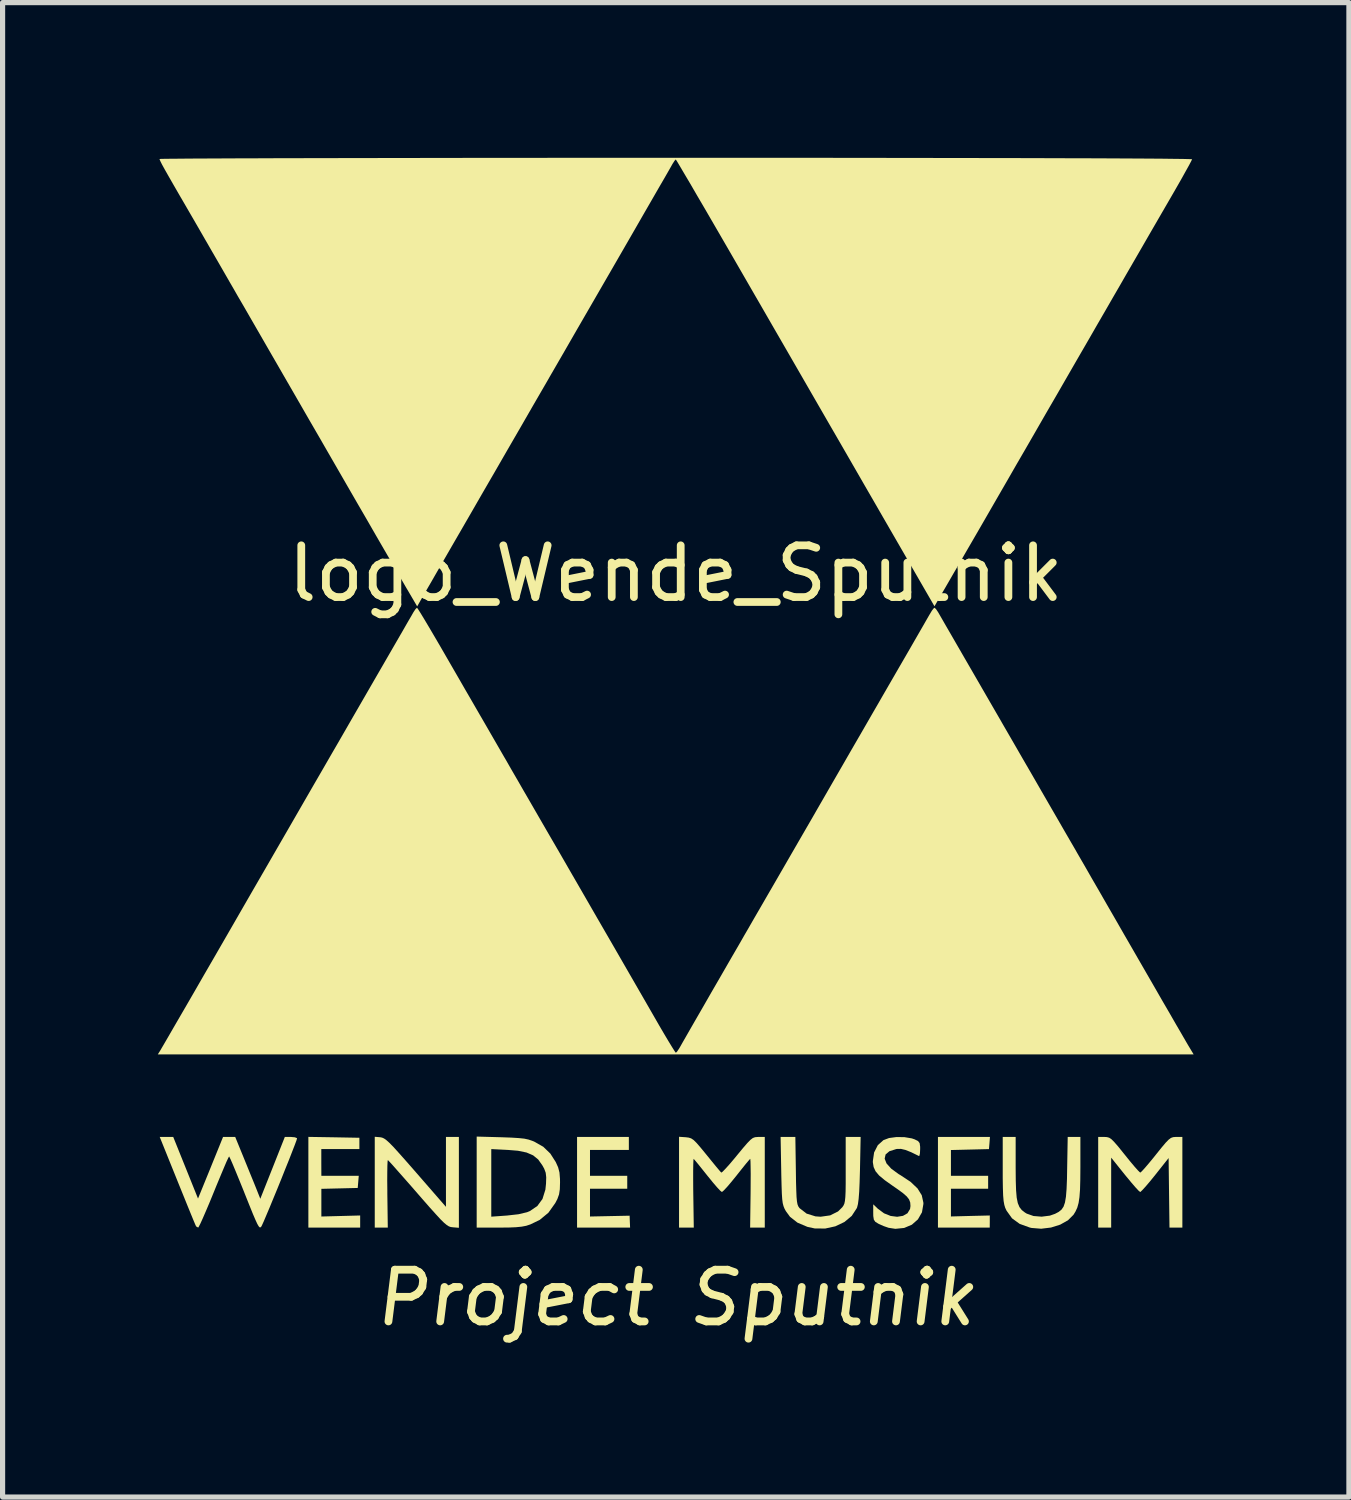
<source format=kicad_pcb>
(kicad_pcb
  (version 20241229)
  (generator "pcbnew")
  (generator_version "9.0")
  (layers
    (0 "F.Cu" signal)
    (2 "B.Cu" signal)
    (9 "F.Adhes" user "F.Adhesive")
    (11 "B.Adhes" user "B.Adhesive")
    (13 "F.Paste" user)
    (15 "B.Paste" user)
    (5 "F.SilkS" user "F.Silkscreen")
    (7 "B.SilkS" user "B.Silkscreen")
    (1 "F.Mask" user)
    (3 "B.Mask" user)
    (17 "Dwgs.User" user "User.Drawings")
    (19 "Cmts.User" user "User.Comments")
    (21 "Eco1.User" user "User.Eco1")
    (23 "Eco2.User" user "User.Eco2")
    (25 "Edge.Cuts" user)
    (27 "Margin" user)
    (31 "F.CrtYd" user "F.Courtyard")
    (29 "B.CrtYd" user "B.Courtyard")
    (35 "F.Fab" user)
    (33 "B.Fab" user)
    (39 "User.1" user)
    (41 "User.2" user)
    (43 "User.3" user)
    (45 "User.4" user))
  (footprint "logo_Wende_Sputnik"
    (layer "F.Cu")
    (at 10.011 8.535)
    (property "Reference" "logo_Wende_Sputnik" (at 0 -0.5 0) (unlocked yes) (layer "F.SilkS") (effects (font (size 1 1) (thickness 0.15))))
    (attr smd)
    (fp_poly (pts (xy -0.907 10.64) (xy -1.658 10.64) (xy -1.658 11.14) (xy -0.938 11.14) (xy -0.938 11.39) (xy -1.658 11.39) (xy -1.658 11.927) (xy -1.275 11.919) (xy -0.892 11.911) (xy -0.888 12.026) (xy -0.883 12.141) (xy -1.908 12.141) (xy -1.908 10.389) (xy -0.907 10.389)) (stroke (width 0) (type solid)) (fill yes) (layer "F.SilkS"))
    (fp_poly (pts (xy 6.063 10.507) (xy 6.053 10.624) (xy 5.318 10.642) (xy 5.318 11.14) (xy 6.037 11.14) (xy 6.037 11.39) (xy 5.318 11.39) (xy 5.318 11.926) (xy 5.693 11.916) (xy 6.069 11.907) (xy 6.069 12.024) (xy 6.068 12.141) (xy 5.067 12.141) (xy 5.067 10.389) (xy 6.072 10.389)) (stroke (width 0) (type solid)) (fill yes) (layer "F.SilkS"))
    (fp_poly (pts (xy -6.608 10.396) (xy -6.115 10.405) (xy -6.115 10.624) (xy -6.851 10.624) (xy -6.851 10.882) (xy -6.85 11.14) (xy -6.127 11.14) (xy -6.137 11.257) (xy -6.147 11.375) (xy -6.85 11.392) (xy -6.85 11.927) (xy -6.475 11.917) (xy -6.1 11.907) (xy -6.1 12.024) (xy -6.1 12.141) (xy -7.101 12.141) (xy -7.101 10.388)) (stroke (width 0) (type solid)) (fill yes) (layer "F.SilkS"))
    (fp_poly (pts (xy -5.711 10.395) (xy -5.676 10.402) (xy -5.638 10.419) (xy -5.593 10.451) (xy -5.534 10.504) (xy -5.457 10.583) (xy -5.357 10.693) (xy -5.227 10.839) (xy -5.063 11.026) (xy -5.023 11.072) (xy -4.442 11.74) (xy -4.442 10.389) (xy -4.192 10.389) (xy -4.192 12.145) (xy -4.311 12.135) (xy -4.349 12.13) (xy -4.386 12.117) (xy -4.427 12.091) (xy -4.48 12.047) (xy -4.548 11.98) (xy -4.637 11.883) (xy -4.754 11.753) (xy -4.903 11.583) (xy -4.989 11.484) (xy -5.136 11.315) (xy -5.271 11.162) (xy -5.386 11.032) (xy -5.477 10.929) (xy -5.539 10.862) (xy -5.565 10.835) (xy -5.565 10.835) (xy -5.57 10.862) (xy -5.574 10.943) (xy -5.576 11.069) (xy -5.577 11.23) (xy -5.575 11.418) (xy -5.575 11.484) (xy -5.566 12.141) (xy -5.818 12.141) (xy -5.818 10.386)) (stroke (width 0) (type solid)) (fill yes) (layer "F.SilkS"))
    (fp_poly (pts (xy 8.333 10.392) (xy 8.376 10.404) (xy 8.42 10.433) (xy 8.475 10.488) (xy 8.55 10.574) (xy 8.652 10.701) (xy 8.678 10.733) (xy 8.778 10.857) (xy 8.866 10.962) (xy 8.933 11.037) (xy 8.972 11.075) (xy 8.978 11.078) (xy 9.006 11.054) (xy 9.064 10.991) (xy 9.146 10.895) (xy 9.243 10.777) (xy 9.278 10.733) (xy 9.387 10.597) (xy 9.466 10.503) (xy 9.525 10.442) (xy 9.57 10.408) (xy 9.613 10.393) (xy 9.66 10.389) (xy 9.671 10.389) (xy 9.791 10.389) (xy 9.791 12.141) (xy 9.542 12.141) (xy 9.525 10.797) (xy 9.265 11.125) (xy 9.167 11.246) (xy 9.081 11.347) (xy 9.016 11.418) (xy 8.98 11.452) (xy 8.976 11.453) (xy 8.947 11.43) (xy 8.888 11.367) (xy 8.806 11.272) (xy 8.709 11.155) (xy 8.681 11.121) (xy 8.415 10.789) (xy 8.415 12.141) (xy 8.164 12.141) (xy 8.164 10.389) (xy 8.284 10.389)) (stroke (width 0) (type solid)) (fill yes) (layer "F.SilkS"))
    (fp_poly (pts (xy 6.569 10.992) (xy 6.571 11.233) (xy 6.577 11.42) (xy 6.589 11.562) (xy 6.61 11.667) (xy 6.642 11.744) (xy 6.687 11.802) (xy 6.747 11.849) (xy 6.783 11.871) (xy 6.913 11.917) (xy 7.071 11.93) (xy 7.23 11.91) (xy 7.33 11.875) (xy 7.4 11.838) (xy 7.454 11.795) (xy 7.494 11.737) (xy 7.522 11.656) (xy 7.541 11.544) (xy 7.553 11.393) (xy 7.561 11.194) (xy 7.564 11.007) (xy 7.575 10.389) (xy 7.82 10.389) (xy 7.82 10.976) (xy 7.818 11.217) (xy 7.813 11.406) (xy 7.802 11.552) (xy 7.785 11.665) (xy 7.76 11.755) (xy 7.725 11.831) (xy 7.687 11.893) (xy 7.58 12) (xy 7.43 12.084) (xy 7.252 12.14) (xy 7.062 12.163) (xy 6.877 12.148) (xy 6.842 12.14) (xy 6.646 12.069) (xy 6.499 11.962) (xy 6.393 11.814) (xy 6.367 11.759) (xy 6.35 11.703) (xy 6.336 11.626) (xy 6.327 11.52) (xy 6.322 11.376) (xy 6.319 11.184) (xy 6.319 11.016) (xy 6.319 10.389) (xy 6.569 10.389)) (stroke (width 0) (type solid)) (fill yes) (layer "F.SilkS"))
    (fp_poly (pts (xy -3.371 10.395) (xy -3.177 10.402) (xy -3.034 10.411) (xy -2.928 10.422) (xy -2.845 10.44) (xy -2.774 10.464) (xy -2.737 10.479) (xy -2.561 10.579) (xy -2.425 10.71) (xy -2.32 10.874) (xy -2.274 10.976) (xy -2.248 11.076) (xy -2.238 11.2) (xy -2.237 11.265) (xy -2.241 11.4) (xy -2.256 11.499) (xy -2.288 11.588) (xy -2.329 11.667) (xy -2.462 11.854) (xy -2.629 11.992) (xy -2.809 12.079) (xy -2.89 12.106) (xy -2.979 12.123) (xy -3.09 12.134) (xy -3.235 12.14) (xy -3.411 12.141) (xy -3.848 12.141) (xy -3.848 10.624) (xy -3.566 10.624) (xy -3.566 11.277) (xy -3.566 11.93) (xy -3.261 11.908) (xy -3.039 11.883) (xy -2.875 11.844) (xy -2.821 11.822) (xy -2.676 11.724) (xy -2.576 11.587) (xy -2.52 11.407) (xy -2.508 11.293) (xy -2.504 11.169) (xy -2.514 11.081) (xy -2.543 11.003) (xy -2.579 10.938) (xy -2.659 10.825) (xy -2.757 10.745) (xy -2.884 10.69) (xy -3.05 10.656) (xy -3.245 10.64) (xy -3.566 10.624) (xy -3.848 10.624) (xy -3.848 10.382)) (stroke (width 0) (type solid)) (fill yes) (layer "F.SilkS"))
    (fp_poly (pts (xy 2.321 11.043) (xy 2.324 11.263) (xy 2.329 11.429) (xy 2.334 11.55) (xy 2.342 11.635) (xy 2.353 11.693) (xy 2.368 11.731) (xy 2.388 11.76) (xy 2.393 11.766) (xy 2.529 11.871) (xy 2.7 11.924) (xy 2.8 11.931) (xy 2.984 11.905) (xy 3.136 11.829) (xy 3.219 11.747) (xy 3.241 11.715) (xy 3.258 11.678) (xy 3.269 11.627) (xy 3.277 11.552) (xy 3.282 11.445) (xy 3.284 11.296) (xy 3.284 11.097) (xy 3.284 11.026) (xy 3.284 10.389) (xy 3.573 10.389) (xy 3.56 11.023) (xy 3.553 11.263) (xy 3.545 11.448) (xy 3.534 11.587) (xy 3.521 11.685) (xy 3.504 11.752) (xy 3.498 11.766) (xy 3.401 11.915) (xy 3.259 12.033) (xy 3.085 12.116) (xy 2.89 12.159) (xy 2.688 12.158) (xy 2.544 12.127) (xy 2.351 12.045) (xy 2.208 11.933) (xy 2.127 11.822) (xy 2.101 11.774) (xy 2.082 11.726) (xy 2.067 11.668) (xy 2.057 11.591) (xy 2.05 11.486) (xy 2.045 11.341) (xy 2.04 11.148) (xy 2.038 11.038) (xy 2.026 10.389) (xy 2.311 10.389)) (stroke (width 0) (type solid)) (fill yes) (layer "F.SilkS"))
    (fp_poly (pts (xy 0.195 10.395) (xy 0.25 10.402) (xy 0.297 10.417) (xy 0.344 10.448) (xy 0.402 10.505) (xy 0.479 10.594) (xy 0.585 10.723) (xy 0.594 10.734) (xy 0.693 10.856) (xy 0.778 10.96) (xy 0.842 11.036) (xy 0.876 11.075) (xy 0.88 11.078) (xy 0.905 11.061) (xy 0.962 11.002) (xy 1.043 10.912) (xy 1.141 10.796) (xy 1.186 10.741) (xy 1.299 10.604) (xy 1.382 10.508) (xy 1.442 10.446) (xy 1.489 10.41) (xy 1.532 10.394) (xy 1.578 10.39) (xy 1.597 10.389) (xy 1.72 10.389) (xy 1.72 12.141) (xy 1.437 12.141) (xy 1.446 11.472) (xy 1.447 11.275) (xy 1.448 11.103) (xy 1.446 10.963) (xy 1.444 10.864) (xy 1.44 10.816) (xy 1.438 10.812) (xy 1.413 10.84) (xy 1.357 10.906) (xy 1.279 11.003) (xy 1.186 11.12) (xy 1.172 11.138) (xy 1.076 11.256) (xy 0.992 11.355) (xy 0.928 11.423) (xy 0.894 11.452) (xy 0.892 11.453) (xy 0.861 11.43) (xy 0.801 11.366) (xy 0.72 11.272) (xy 0.625 11.155) (xy 0.611 11.138) (xy 0.516 11.019) (xy 0.435 10.918) (xy 0.376 10.847) (xy 0.347 10.814) (xy 0.345 10.812) (xy 0.341 10.839) (xy 0.338 10.919) (xy 0.336 11.044) (xy 0.336 11.205) (xy 0.337 11.394) (xy 0.338 11.472) (xy 0.348 12.141) (xy 0.063 12.141) (xy 0.063 10.386)) (stroke (width 0) (type solid)) (fill yes) (layer "F.SilkS"))
    (fp_poly (pts (xy 4.42 10.393) (xy 4.562 10.417) (xy 4.615 10.435) (xy 4.682 10.468) (xy 4.713 10.508) (xy 4.723 10.578) (xy 4.723 10.625) (xy 4.719 10.707) (xy 4.708 10.754) (xy 4.7 10.758) (xy 4.549 10.684) (xy 4.438 10.64) (xy 4.352 10.62) (xy 4.277 10.621) (xy 4.259 10.624) (xy 4.129 10.665) (xy 4.055 10.728) (xy 4.037 10.809) (xy 4.073 10.901) (xy 4.164 11.002) (xy 4.307 11.107) (xy 4.343 11.128) (xy 4.537 11.256) (xy 4.672 11.384) (xy 4.754 11.516) (xy 4.785 11.657) (xy 4.786 11.683) (xy 4.758 11.846) (xy 4.68 11.982) (xy 4.563 12.085) (xy 4.414 12.148) (xy 4.244 12.165) (xy 4.113 12.145) (xy 4.018 12.112) (xy 3.919 12.068) (xy 3.918 12.067) (xy 3.858 12.031) (xy 3.828 11.988) (xy 3.817 11.918) (xy 3.816 11.853) (xy 3.816 11.691) (xy 3.907 11.778) (xy 4.025 11.865) (xy 4.153 11.916) (xy 4.278 11.932) (xy 4.391 11.914) (xy 4.478 11.864) (xy 4.528 11.781) (xy 4.536 11.724) (xy 4.531 11.656) (xy 4.509 11.597) (xy 4.464 11.539) (xy 4.386 11.471) (xy 4.267 11.385) (xy 4.193 11.334) (xy 4.038 11.224) (xy 3.93 11.134) (xy 3.861 11.052) (xy 3.824 10.971) (xy 3.809 10.879) (xy 3.809 10.855) (xy 3.833 10.689) (xy 3.905 10.548) (xy 4.013 10.451) (xy 4.122 10.41) (xy 4.265 10.391)) (stroke (width 0) (type solid)) (fill yes) (layer "F.SilkS"))
    (fp_poly (pts (xy -9.473 10.985) (xy -9.234 11.58) (xy -9.141 11.352) (xy -9.091 11.229) (xy -9.026 11.07) (xy -8.956 10.897) (xy -8.899 10.757) (xy -8.75 10.389) (xy -8.515 10.389) (xy -8.358 10.773) (xy -8.29 10.94) (xy -8.221 11.11) (xy -8.159 11.261) (xy -8.115 11.37) (xy -8.03 11.584) (xy -7.793 10.987) (xy -7.556 10.389) (xy -7.438 10.389) (xy -7.362 10.396) (xy -7.322 10.412) (xy -7.32 10.417) (xy -7.331 10.455) (xy -7.363 10.542) (xy -7.412 10.668) (xy -7.473 10.825) (xy -7.545 11.003) (xy -7.621 11.194) (xy -7.7 11.389) (xy -7.778 11.578) (xy -7.85 11.753) (xy -7.914 11.904) (xy -7.964 12.022) (xy -7.999 12.099) (xy -8.013 12.125) (xy -8.027 12.137) (xy -8.043 12.136) (xy -8.062 12.115) (xy -8.088 12.07) (xy -8.123 11.994) (xy -8.172 11.88) (xy -8.236 11.722) (xy -8.319 11.515) (xy -8.359 11.414) (xy -8.435 11.227) (xy -8.503 11.061) (xy -8.56 10.924) (xy -8.603 10.825) (xy -8.629 10.772) (xy -8.633 10.766) (xy -8.649 10.794) (xy -8.685 10.871) (xy -8.736 10.991) (xy -8.801 11.146) (xy -8.876 11.326) (xy -8.928 11.454) (xy -9.007 11.647) (xy -9.08 11.819) (xy -9.142 11.962) (xy -9.19 12.068) (xy -9.222 12.129) (xy -9.231 12.141) (xy -9.269 12.119) (xy -9.273 12.113) (xy -9.289 12.078) (xy -9.325 11.992) (xy -9.378 11.863) (xy -9.445 11.699) (xy -9.523 11.506) (xy -9.609 11.294) (xy -9.632 11.237) (xy -9.974 10.389) (xy -9.713 10.389)) (stroke (width 0) (type solid)) (fill yes) (layer "F.SilkS"))
    (fp_poly (pts (xy 5.028 0.185) (xy 5.068 0.244) (xy 5.07 0.247) (xy 5.093 0.287) (xy 5.145 0.377) (xy 5.223 0.513) (xy 5.325 0.689) (xy 5.448 0.902) (xy 5.59 1.148) (xy 5.748 1.421) (xy 5.919 1.717) (xy 6.101 2.032) (xy 6.292 2.362) (xy 6.303 2.382) (xy 6.501 2.724) (xy 6.696 3.062) (xy 6.885 3.388) (xy 7.064 3.699) (xy 7.231 3.988) (xy 7.382 4.249) (xy 7.514 4.478) (xy 7.624 4.668) (xy 7.709 4.814) (xy 7.758 4.9) (xy 7.825 5.016) (xy 7.92 5.18) (xy 8.037 5.385) (xy 8.175 5.623) (xy 8.327 5.888) (xy 8.491 6.172) (xy 8.662 6.47) (xy 8.837 6.773) (xy 8.929 6.933) (xy 9.097 7.224) (xy 9.258 7.503) (xy 9.408 7.764) (xy 9.546 8.001) (xy 9.666 8.21) (xy 9.768 8.385) (xy 9.846 8.52) (xy 9.899 8.611) (xy 9.92 8.646) (xy 10.009 8.794) (xy -10.011 8.794) (xy -9.967 8.724) (xy -9.945 8.686) (xy -9.894 8.599) (xy -9.816 8.465) (xy -9.715 8.29) (xy -9.592 8.078) (xy -9.449 7.832) (xy -9.29 7.557) (xy -9.117 7.256) (xy -8.931 6.935) (xy -8.736 6.597) (xy -8.632 6.417) (xy -8.408 6.028) (xy -8.174 5.622) (xy -7.934 5.207) (xy -7.694 4.791) (xy -7.457 4.381) (xy -7.23 3.987) (xy -7.016 3.616) (xy -6.819 3.276) (xy -6.646 2.976) (xy -6.528 2.773) (xy -6.247 2.285) (xy -5.995 1.849) (xy -5.772 1.463) (xy -5.579 1.129) (xy -5.416 0.847) (xy -5.283 0.617) (xy -5.181 0.439) (xy -5.109 0.316) (xy -5.07 0.247) (xy -5.03 0.187) (xy -5.002 0.161) (xy -5.002 0.161) (xy -4.982 0.187) (xy -4.935 0.261) (xy -4.865 0.376) (xy -4.775 0.527) (xy -4.669 0.707) (xy -4.551 0.909) (xy -4.473 1.044) (xy -4.338 1.278) (xy -4.202 1.513) (xy -4.072 1.739) (xy -3.953 1.944) (xy -3.852 2.119) (xy -3.774 2.254) (xy -3.754 2.288) (xy -3.661 2.449) (xy -3.549 2.643) (xy -3.43 2.849) (xy -3.317 3.045) (xy -3.284 3.101) (xy -3.176 3.29) (xy -3.057 3.495) (xy -2.942 3.695) (xy -2.841 3.869) (xy -2.815 3.914) (xy -2.647 4.205) (xy -2.462 4.525) (xy -2.258 4.876) (xy -2.035 5.263) (xy -1.79 5.687) (xy -1.522 6.152) (xy -1.228 6.66) (xy -0.908 7.215) (xy -0.559 7.82) (xy -0.318 8.239) (xy -0.223 8.401) (xy -0.139 8.542) (xy -0.07 8.655) (xy -0.022 8.731) (xy 0.001 8.762) (xy 0.002 8.762) (xy 0.026 8.738) (xy 0.068 8.675) (xy 0.094 8.63) (xy 0.127 8.571) (xy 0.188 8.465) (xy 0.271 8.32) (xy 0.372 8.144) (xy 0.487 7.945) (xy 0.611 7.729) (xy 0.682 7.605) (xy 0.82 7.367) (xy 0.959 7.126) (xy 1.094 6.892) (xy 1.219 6.677) (xy 1.326 6.49) (xy 1.411 6.344) (xy 1.432 6.307) (xy 1.516 6.161) (xy 1.624 5.975) (xy 1.747 5.762) (xy 1.878 5.536) (xy 2.008 5.311) (xy 2.074 5.197) (xy 2.209 4.963) (xy 2.357 4.707) (xy 2.508 4.446) (xy 2.651 4.199) (xy 2.776 3.981) (xy 2.815 3.914) (xy 2.941 3.695) (xy 3.083 3.449) (xy 3.228 3.198) (xy 3.363 2.963) (xy 3.455 2.804) (xy 3.571 2.604) (xy 3.695 2.389) (xy 3.816 2.179) (xy 3.925 1.991) (xy 3.988 1.881) (xy 4.081 1.72) (xy 4.195 1.523) (xy 4.318 1.31) (xy 4.441 1.098) (xy 4.522 0.958) (xy 4.622 0.784) (xy 4.717 0.619) (xy 4.8 0.475) (xy 4.864 0.363) (xy 4.904 0.294) (xy 4.904 0.294) (xy 4.951 0.216) (xy 4.988 0.169) (xy 5 0.161)) (stroke (width 0) (type solid)) (fill yes) (layer "F.SilkS"))
    (fp_poly (pts (xy 0.918 -8.535) (xy 1.801 -8.535) (xy 2.647 -8.535) (xy 3.455 -8.534) (xy 4.223 -8.533) (xy 4.95 -8.532) (xy 5.634 -8.531) (xy 6.274 -8.53) (xy 6.868 -8.529) (xy 7.415 -8.527) (xy 7.914 -8.526) (xy 8.362 -8.524) (xy 8.759 -8.522) (xy 9.103 -8.52) (xy 9.392 -8.518) (xy 9.625 -8.515) (xy 9.801 -8.513) (xy 9.917 -8.51) (xy 9.973 -8.508) (xy 9.979 -8.507) (xy 9.963 -8.473) (xy 9.921 -8.393) (xy 9.854 -8.273) (xy 9.769 -8.12) (xy 9.667 -7.942) (xy 9.554 -7.746) (xy 9.537 -7.717) (xy 9.406 -7.491) (xy 9.271 -7.258) (xy 9.139 -7.03) (xy 9.018 -6.82) (xy 8.915 -6.642) (xy 8.852 -6.533) (xy 8.789 -6.424) (xy 8.698 -6.267) (xy 8.585 -6.07) (xy 8.451 -5.839) (xy 8.303 -5.582) (xy 8.143 -5.306) (xy 7.977 -5.017) (xy 7.806 -4.722) (xy 7.75 -4.625) (xy 7.563 -4.301) (xy 7.365 -3.957) (xy 7.16 -3.604) (xy 6.957 -3.251) (xy 6.761 -2.911) (xy 6.577 -2.594) (xy 6.414 -2.31) (xy 6.288 -2.092) (xy 6.143 -1.841) (xy 5.999 -1.591) (xy 5.861 -1.352) (xy 5.734 -1.133) (xy 5.623 -0.942) (xy 5.534 -0.788) (xy 5.474 -0.684) (xy 5.38 -0.523) (xy 5.284 -0.357) (xy 5.196 -0.205) (xy 5.132 -0.096) (xy 5 0.133) (xy 4.009 -1.582) (xy 3.839 -1.877) (xy 3.642 -2.218) (xy 3.423 -2.598) (xy 3.186 -3.009) (xy 2.935 -3.443) (xy 2.676 -3.892) (xy 2.413 -4.348) (xy 2.15 -4.804) (xy 1.891 -5.252) (xy 1.642 -5.684) (xy 1.517 -5.9) (xy 1.303 -6.271) (xy 1.098 -6.626) (xy 0.904 -6.961) (xy 0.723 -7.273) (xy 0.557 -7.559) (xy 0.408 -7.813) (xy 0.28 -8.034) (xy 0.172 -8.216) (xy 0.089 -8.357) (xy 0.032 -8.453) (xy 0.003 -8.499) (xy 0 -8.503) (xy -0.023 -8.479) (xy -0.063 -8.417) (xy -0.08 -8.387) (xy -0.103 -8.346) (xy -0.155 -8.255) (xy -0.235 -8.116) (xy -0.342 -7.932) (xy -0.472 -7.706) (xy -0.625 -7.441) (xy -0.798 -7.14) (xy -0.99 -6.807) (xy -1.199 -6.445) (xy -1.424 -6.056) (xy -1.662 -5.644) (xy -1.912 -5.212) (xy -2.171 -4.762) (xy -2.439 -4.299) (xy -2.476 -4.234) (xy -2.746 -3.768) (xy -3.007 -3.315) (xy -3.26 -2.878) (xy -3.501 -2.46) (xy -3.73 -2.065) (xy -3.943 -1.695) (xy -4.14 -1.354) (xy -4.319 -1.045) (xy -4.477 -0.771) (xy -4.613 -0.535) (xy -4.725 -0.34) (xy -4.812 -0.19) (xy -4.871 -0.087) (xy -4.901 -0.035) (xy -4.903 -0.032) (xy -4.998 0.135) (xy -5.169 -0.157) (xy -5.21 -0.226) (xy -5.279 -0.345) (xy -5.374 -0.51) (xy -5.493 -0.716) (xy -5.634 -0.959) (xy -5.794 -1.235) (xy -5.97 -1.541) (xy -6.161 -1.87) (xy -6.363 -2.22) (xy -6.574 -2.586) (xy -6.792 -2.964) (xy -6.866 -3.093) (xy -7.088 -3.476) (xy -7.304 -3.851) (xy -7.513 -4.213) (xy -7.712 -4.558) (xy -7.898 -4.88) (xy -8.069 -5.177) (xy -8.222 -5.442) (xy -8.355 -5.673) (xy -8.466 -5.863) (xy -8.55 -6.01) (xy -8.607 -6.108) (xy -8.618 -6.127) (xy -8.722 -6.308) (xy -8.843 -6.518) (xy -8.967 -6.732) (xy -9.078 -6.925) (xy -9.087 -6.94) (xy -9.198 -7.133) (xy -9.324 -7.351) (xy -9.45 -7.568) (xy -9.56 -7.758) (xy -9.567 -7.769) (xy -9.698 -7.996) (xy -9.8 -8.174) (xy -9.876 -8.308) (xy -9.929 -8.404) (xy -9.961 -8.468) (xy -9.976 -8.503) (xy -9.978 -8.512) (xy -9.947 -8.514) (xy -9.856 -8.516) (xy -9.707 -8.517) (xy -9.503 -8.519) (xy -9.245 -8.521) (xy -8.937 -8.522) (xy -8.58 -8.524) (xy -8.176 -8.525) (xy -7.73 -8.527) (xy -7.241 -8.528) (xy -6.714 -8.529) (xy -6.149 -8.53) (xy -5.551 -8.531) (xy -4.92 -8.532) (xy -4.259 -8.533) (xy -3.571 -8.534) (xy -2.858 -8.534) (xy -2.123 -8.535) (xy -1.367 -8.535) (xy -0.593 -8.535) (xy 0 -8.535)) (stroke (width 0) (type solid)) (fill yes) (layer "F.SilkS"))
    (fp_text user "Project Sputnik" (at 0 13.5 0) (unlocked yes) (layer "F.SilkS") (effects (font (size 1 1) (thickness 0.15) (italic yes)))))
  (gr_rect
    (start -3 -3)
    (end 23.021 25.884)
    (stroke (width 0.1) (type default))
    (fill no)
    (layer "Edge.Cuts")))
</source>
